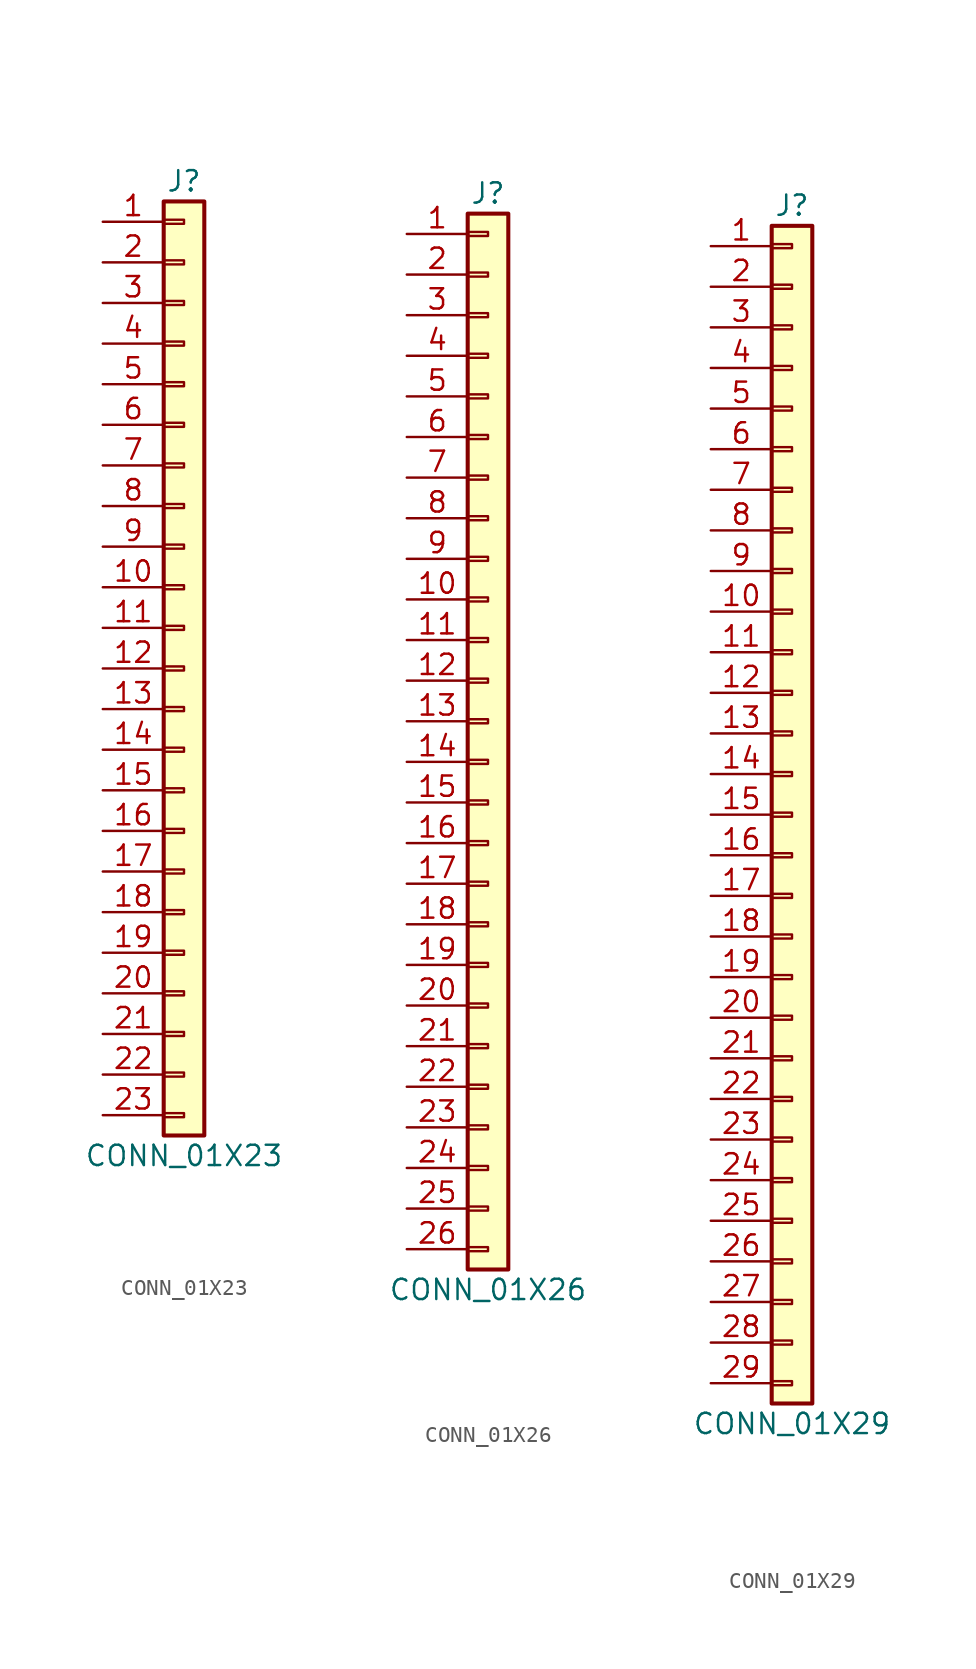
<source format=kicad_sym>
(kicad_symbol_lib
  (version 20211014)
  (generator kicad_symbol_editor)
  (symbol "CONN_01X23"
    (pin_names
      (offset 1.016) hide)
    (property "Reference" "J"
      (at 0 30.48 0)
      (effects (font (size 1.27 1.27))))
    (property "Value" "CONN_01X23"
      (at 0 -30.48 0)
      (effects (font (size 1.27 1.27))))
    (symbol "CONN_01X23_1_1"
      (rectangle (start -1.27 -27.813) (end 0 -28.067) (stroke (width 0.152) (type default) (color 0 0 0 0)) (fill (type none)))
      (rectangle (start -1.27 -25.273) (end 0 -25.527) (stroke (width 0.152) (type default) (color 0 0 0 0)) (fill (type none)))
      (rectangle (start -1.27 -22.733) (end 0 -22.987) (stroke (width 0.152) (type default) (color 0 0 0 0)) (fill (type none)))
      (rectangle (start -1.27 -20.193) (end 0 -20.447) (stroke (width 0.152) (type default) (color 0 0 0 0)) (fill (type none)))
      (rectangle (start -1.27 -17.653) (end 0 -17.907) (stroke (width 0.152) (type default) (color 0 0 0 0)) (fill (type none)))
      (rectangle (start -1.27 -15.113) (end 0 -15.367) (stroke (width 0.152) (type default) (color 0 0 0 0)) (fill (type none)))
      (rectangle (start -1.27 -12.573) (end 0 -12.827) (stroke (width 0.152) (type default) (color 0 0 0 0)) (fill (type none)))
      (rectangle (start -1.27 -10.033) (end 0 -10.287) (stroke (width 0.152) (type default) (color 0 0 0 0)) (fill (type none)))
      (rectangle (start -1.27 -7.493) (end 0 -7.747) (stroke (width 0.152) (type default) (color 0 0 0 0)) (fill (type none)))
      (rectangle (start -1.27 -4.953) (end 0 -5.207) (stroke (width 0.152) (type default) (color 0 0 0 0)) (fill (type none)))
      (rectangle (start -1.27 -2.413) (end 0 -2.667) (stroke (width 0.152) (type default) (color 0 0 0 0)) (fill (type none)))
      (rectangle (start -1.27 0.127) (end 0 -0.127) (stroke (width 0.152) (type default) (color 0 0 0 0)) (fill (type none)))
      (rectangle (start -1.27 2.667) (end 0 2.413) (stroke (width 0.152) (type default) (color 0 0 0 0)) (fill (type none)))
      (rectangle (start -1.27 5.207) (end 0 4.953) (stroke (width 0.152) (type default) (color 0 0 0 0)) (fill (type none)))
      (rectangle (start -1.27 7.747) (end 0 7.493) (stroke (width 0.152) (type default) (color 0 0 0 0)) (fill (type none)))
      (rectangle (start -1.27 10.287) (end 0 10.033) (stroke (width 0.152) (type default) (color 0 0 0 0)) (fill (type none)))
      (rectangle (start -1.27 12.827) (end 0 12.573) (stroke (width 0.152) (type default) (color 0 0 0 0)) (fill (type none)))
      (rectangle (start -1.27 15.367) (end 0 15.113) (stroke (width 0.152) (type default) (color 0 0 0 0)) (fill (type none)))
      (rectangle (start -1.27 17.907) (end 0 17.653) (stroke (width 0.152) (type default) (color 0 0 0 0)) (fill (type none)))
      (rectangle (start -1.27 20.447) (end 0 20.193) (stroke (width 0.152) (type default) (color 0 0 0 0)) (fill (type none)))
      (rectangle (start -1.27 22.987) (end 0 22.733) (stroke (width 0.152) (type default) (color 0 0 0 0)) (fill (type none)))
      (rectangle (start -1.27 25.527) (end 0 25.273) (stroke (width 0.152) (type default) (color 0 0 0 0)) (fill (type none)))
      (rectangle (start -1.27 28.067) (end 0 27.813) (stroke (width 0.152) (type default) (color 0 0 0 0)) (fill (type none)))
      (rectangle (start -1.27 29.21) (end 1.27 -29.21) (stroke (width 0.254) (type default) (color 0 0 0 0)) (fill (type background)))
      (pin passive line (at -5.08 27.94 0) (length 3.81) (name "Pin_1" (effects (font (size 1.27 1.27)))) (number "1" (effects (font (size 1.27 1.27)))))
      (pin passive line (at -5.08 5.08 0) (length 3.81) (name "Pin_10" (effects (font (size 1.27 1.27)))) (number "10" (effects (font (size 1.27 1.27)))))
      (pin passive line (at -5.08 2.54 0) (length 3.81) (name "Pin_11" (effects (font (size 1.27 1.27)))) (number "11" (effects (font (size 1.27 1.27)))))
      (pin passive line (at -5.08 0 0) (length 3.81) (name "Pin_12" (effects (font (size 1.27 1.27)))) (number "12" (effects (font (size 1.27 1.27)))))
      (pin passive line (at -5.08 -2.54 0) (length 3.81) (name "Pin_13" (effects (font (size 1.27 1.27)))) (number "13" (effects (font (size 1.27 1.27)))))
      (pin passive line (at -5.08 -5.08 0) (length 3.81) (name "Pin_14" (effects (font (size 1.27 1.27)))) (number "14" (effects (font (size 1.27 1.27)))))
      (pin passive line (at -5.08 -7.62 0) (length 3.81) (name "Pin_15" (effects (font (size 1.27 1.27)))) (number "15" (effects (font (size 1.27 1.27)))))
      (pin passive line (at -5.08 -10.16 0) (length 3.81) (name "Pin_16" (effects (font (size 1.27 1.27)))) (number "16" (effects (font (size 1.27 1.27)))))
      (pin passive line (at -5.08 -12.7 0) (length 3.81) (name "Pin_17" (effects (font (size 1.27 1.27)))) (number "17" (effects (font (size 1.27 1.27)))))
      (pin passive line (at -5.08 -15.24 0) (length 3.81) (name "Pin_18" (effects (font (size 1.27 1.27)))) (number "18" (effects (font (size 1.27 1.27)))))
      (pin passive line (at -5.08 -17.78 0) (length 3.81) (name "Pin_19" (effects (font (size 1.27 1.27)))) (number "19" (effects (font (size 1.27 1.27)))))
      (pin passive line (at -5.08 25.4 0) (length 3.81) (name "Pin_2" (effects (font (size 1.27 1.27)))) (number "2" (effects (font (size 1.27 1.27)))))
      (pin passive line (at -5.08 -20.32 0) (length 3.81) (name "Pin_20" (effects (font (size 1.27 1.27)))) (number "20" (effects (font (size 1.27 1.27)))))
      (pin passive line (at -5.08 -22.86 0) (length 3.81) (name "Pin_21" (effects (font (size 1.27 1.27)))) (number "21" (effects (font (size 1.27 1.27)))))
      (pin passive line (at -5.08 -25.4 0) (length 3.81) (name "Pin_22" (effects (font (size 1.27 1.27)))) (number "22" (effects (font (size 1.27 1.27)))))
      (pin passive line (at -5.08 -27.94 0) (length 3.81) (name "Pin_23" (effects (font (size 1.27 1.27)))) (number "23" (effects (font (size 1.27 1.27)))))
      (pin passive line (at -5.08 22.86 0) (length 3.81) (name "Pin_3" (effects (font (size 1.27 1.27)))) (number "3" (effects (font (size 1.27 1.27)))))
      (pin passive line (at -5.08 20.32 0) (length 3.81) (name "Pin_4" (effects (font (size 1.27 1.27)))) (number "4" (effects (font (size 1.27 1.27)))))
      (pin passive line (at -5.08 17.78 0) (length 3.81) (name "Pin_5" (effects (font (size 1.27 1.27)))) (number "5" (effects (font (size 1.27 1.27)))))
      (pin passive line (at -5.08 15.24 0) (length 3.81) (name "Pin_6" (effects (font (size 1.27 1.27)))) (number "6" (effects (font (size 1.27 1.27)))))
      (pin passive line (at -5.08 12.7 0) (length 3.81) (name "Pin_7" (effects (font (size 1.27 1.27)))) (number "7" (effects (font (size 1.27 1.27)))))
      (pin passive line (at -5.08 10.16 0) (length 3.81) (name "Pin_8" (effects (font (size 1.27 1.27)))) (number "8" (effects (font (size 1.27 1.27)))))
      (pin passive line (at -5.08 7.62 0) (length 3.81) (name "Pin_9" (effects (font (size 1.27 1.27)))) (number "9" (effects (font (size 1.27 1.27)))))))
  (symbol "CONN_01X26"
    (pin_names
      (offset 1.016) hide)
    (property "Reference" "J"
      (at 0 33.02 0)
      (effects (font (size 1.27 1.27))))
    (property "Value" "CONN_01X26"
      (at 0 -35.56 0)
      (effects (font (size 1.27 1.27))))
    (symbol "CONN_01X26_1_1"
      (rectangle (start -1.27 -32.893) (end 0 -33.147) (stroke (width 0.152) (type default) (color 0 0 0 0)) (fill (type none)))
      (rectangle (start -1.27 -30.353) (end 0 -30.607) (stroke (width 0.152) (type default) (color 0 0 0 0)) (fill (type none)))
      (rectangle (start -1.27 -27.813) (end 0 -28.067) (stroke (width 0.152) (type default) (color 0 0 0 0)) (fill (type none)))
      (rectangle (start -1.27 -25.273) (end 0 -25.527) (stroke (width 0.152) (type default) (color 0 0 0 0)) (fill (type none)))
      (rectangle (start -1.27 -22.733) (end 0 -22.987) (stroke (width 0.152) (type default) (color 0 0 0 0)) (fill (type none)))
      (rectangle (start -1.27 -20.193) (end 0 -20.447) (stroke (width 0.152) (type default) (color 0 0 0 0)) (fill (type none)))
      (rectangle (start -1.27 -17.653) (end 0 -17.907) (stroke (width 0.152) (type default) (color 0 0 0 0)) (fill (type none)))
      (rectangle (start -1.27 -15.113) (end 0 -15.367) (stroke (width 0.152) (type default) (color 0 0 0 0)) (fill (type none)))
      (rectangle (start -1.27 -12.573) (end 0 -12.827) (stroke (width 0.152) (type default) (color 0 0 0 0)) (fill (type none)))
      (rectangle (start -1.27 -10.033) (end 0 -10.287) (stroke (width 0.152) (type default) (color 0 0 0 0)) (fill (type none)))
      (rectangle (start -1.27 -7.493) (end 0 -7.747) (stroke (width 0.152) (type default) (color 0 0 0 0)) (fill (type none)))
      (rectangle (start -1.27 -4.953) (end 0 -5.207) (stroke (width 0.152) (type default) (color 0 0 0 0)) (fill (type none)))
      (rectangle (start -1.27 -2.413) (end 0 -2.667) (stroke (width 0.152) (type default) (color 0 0 0 0)) (fill (type none)))
      (rectangle (start -1.27 0.127) (end 0 -0.127) (stroke (width 0.152) (type default) (color 0 0 0 0)) (fill (type none)))
      (rectangle (start -1.27 2.667) (end 0 2.413) (stroke (width 0.152) (type default) (color 0 0 0 0)) (fill (type none)))
      (rectangle (start -1.27 5.207) (end 0 4.953) (stroke (width 0.152) (type default) (color 0 0 0 0)) (fill (type none)))
      (rectangle (start -1.27 7.747) (end 0 7.493) (stroke (width 0.152) (type default) (color 0 0 0 0)) (fill (type none)))
      (rectangle (start -1.27 10.287) (end 0 10.033) (stroke (width 0.152) (type default) (color 0 0 0 0)) (fill (type none)))
      (rectangle (start -1.27 12.827) (end 0 12.573) (stroke (width 0.152) (type default) (color 0 0 0 0)) (fill (type none)))
      (rectangle (start -1.27 15.367) (end 0 15.113) (stroke (width 0.152) (type default) (color 0 0 0 0)) (fill (type none)))
      (rectangle (start -1.27 17.907) (end 0 17.653) (stroke (width 0.152) (type default) (color 0 0 0 0)) (fill (type none)))
      (rectangle (start -1.27 20.447) (end 0 20.193) (stroke (width 0.152) (type default) (color 0 0 0 0)) (fill (type none)))
      (rectangle (start -1.27 22.987) (end 0 22.733) (stroke (width 0.152) (type default) (color 0 0 0 0)) (fill (type none)))
      (rectangle (start -1.27 25.527) (end 0 25.273) (stroke (width 0.152) (type default) (color 0 0 0 0)) (fill (type none)))
      (rectangle (start -1.27 28.067) (end 0 27.813) (stroke (width 0.152) (type default) (color 0 0 0 0)) (fill (type none)))
      (rectangle (start -1.27 30.607) (end 0 30.353) (stroke (width 0.152) (type default) (color 0 0 0 0)) (fill (type none)))
      (rectangle (start -1.27 31.75) (end 1.27 -34.29) (stroke (width 0.254) (type default) (color 0 0 0 0)) (fill (type background)))
      (pin passive line (at -5.08 30.48 0) (length 3.81) (name "Pin_1" (effects (font (size 1.27 1.27)))) (number "1" (effects (font (size 1.27 1.27)))))
      (pin passive line (at -5.08 7.62 0) (length 3.81) (name "Pin_10" (effects (font (size 1.27 1.27)))) (number "10" (effects (font (size 1.27 1.27)))))
      (pin passive line (at -5.08 5.08 0) (length 3.81) (name "Pin_11" (effects (font (size 1.27 1.27)))) (number "11" (effects (font (size 1.27 1.27)))))
      (pin passive line (at -5.08 2.54 0) (length 3.81) (name "Pin_12" (effects (font (size 1.27 1.27)))) (number "12" (effects (font (size 1.27 1.27)))))
      (pin passive line (at -5.08 0 0) (length 3.81) (name "Pin_13" (effects (font (size 1.27 1.27)))) (number "13" (effects (font (size 1.27 1.27)))))
      (pin passive line (at -5.08 -2.54 0) (length 3.81) (name "Pin_14" (effects (font (size 1.27 1.27)))) (number "14" (effects (font (size 1.27 1.27)))))
      (pin passive line (at -5.08 -5.08 0) (length 3.81) (name "Pin_15" (effects (font (size 1.27 1.27)))) (number "15" (effects (font (size 1.27 1.27)))))
      (pin passive line (at -5.08 -7.62 0) (length 3.81) (name "Pin_16" (effects (font (size 1.27 1.27)))) (number "16" (effects (font (size 1.27 1.27)))))
      (pin passive line (at -5.08 -10.16 0) (length 3.81) (name "Pin_17" (effects (font (size 1.27 1.27)))) (number "17" (effects (font (size 1.27 1.27)))))
      (pin passive line (at -5.08 -12.7 0) (length 3.81) (name "Pin_18" (effects (font (size 1.27 1.27)))) (number "18" (effects (font (size 1.27 1.27)))))
      (pin passive line (at -5.08 -15.24 0) (length 3.81) (name "Pin_19" (effects (font (size 1.27 1.27)))) (number "19" (effects (font (size 1.27 1.27)))))
      (pin passive line (at -5.08 27.94 0) (length 3.81) (name "Pin_2" (effects (font (size 1.27 1.27)))) (number "2" (effects (font (size 1.27 1.27)))))
      (pin passive line (at -5.08 -17.78 0) (length 3.81) (name "Pin_20" (effects (font (size 1.27 1.27)))) (number "20" (effects (font (size 1.27 1.27)))))
      (pin passive line (at -5.08 -20.32 0) (length 3.81) (name "Pin_21" (effects (font (size 1.27 1.27)))) (number "21" (effects (font (size 1.27 1.27)))))
      (pin passive line (at -5.08 -22.86 0) (length 3.81) (name "Pin_22" (effects (font (size 1.27 1.27)))) (number "22" (effects (font (size 1.27 1.27)))))
      (pin passive line (at -5.08 -25.4 0) (length 3.81) (name "Pin_23" (effects (font (size 1.27 1.27)))) (number "23" (effects (font (size 1.27 1.27)))))
      (pin passive line (at -5.08 -27.94 0) (length 3.81) (name "Pin_24" (effects (font (size 1.27 1.27)))) (number "24" (effects (font (size 1.27 1.27)))))
      (pin passive line (at -5.08 -30.48 0) (length 3.81) (name "Pin_25" (effects (font (size 1.27 1.27)))) (number "25" (effects (font (size 1.27 1.27)))))
      (pin passive line (at -5.08 -33.02 0) (length 3.81) (name "Pin_26" (effects (font (size 1.27 1.27)))) (number "26" (effects (font (size 1.27 1.27)))))
      (pin passive line (at -5.08 25.4 0) (length 3.81) (name "Pin_3" (effects (font (size 1.27 1.27)))) (number "3" (effects (font (size 1.27 1.27)))))
      (pin passive line (at -5.08 22.86 0) (length 3.81) (name "Pin_4" (effects (font (size 1.27 1.27)))) (number "4" (effects (font (size 1.27 1.27)))))
      (pin passive line (at -5.08 20.32 0) (length 3.81) (name "Pin_5" (effects (font (size 1.27 1.27)))) (number "5" (effects (font (size 1.27 1.27)))))
      (pin passive line (at -5.08 17.78 0) (length 3.81) (name "Pin_6" (effects (font (size 1.27 1.27)))) (number "6" (effects (font (size 1.27 1.27)))))
      (pin passive line (at -5.08 15.24 0) (length 3.81) (name "Pin_7" (effects (font (size 1.27 1.27)))) (number "7" (effects (font (size 1.27 1.27)))))
      (pin passive line (at -5.08 12.7 0) (length 3.81) (name "Pin_8" (effects (font (size 1.27 1.27)))) (number "8" (effects (font (size 1.27 1.27)))))
      (pin passive line (at -5.08 10.16 0) (length 3.81) (name "Pin_9" (effects (font (size 1.27 1.27)))) (number "9" (effects (font (size 1.27 1.27)))))))
  (symbol "CONN_01X29"
    (pin_names
      (offset 1.016) hide)
    (property "Reference" "J"
      (at 0 38.1 0)
      (effects (font (size 1.27 1.27))))
    (property "Value" "CONN_01X29"
      (at 0 -38.1 0)
      (effects (font (size 1.27 1.27))))
    (symbol "CONN_01X29_1_1"
      (rectangle (start -1.27 -35.433) (end 0 -35.687) (stroke (width 0.152) (type default) (color 0 0 0 0)) (fill (type none)))
      (rectangle (start -1.27 -32.893) (end 0 -33.147) (stroke (width 0.152) (type default) (color 0 0 0 0)) (fill (type none)))
      (rectangle (start -1.27 -30.353) (end 0 -30.607) (stroke (width 0.152) (type default) (color 0 0 0 0)) (fill (type none)))
      (rectangle (start -1.27 -27.813) (end 0 -28.067) (stroke (width 0.152) (type default) (color 0 0 0 0)) (fill (type none)))
      (rectangle (start -1.27 -25.273) (end 0 -25.527) (stroke (width 0.152) (type default) (color 0 0 0 0)) (fill (type none)))
      (rectangle (start -1.27 -22.733) (end 0 -22.987) (stroke (width 0.152) (type default) (color 0 0 0 0)) (fill (type none)))
      (rectangle (start -1.27 -20.193) (end 0 -20.447) (stroke (width 0.152) (type default) (color 0 0 0 0)) (fill (type none)))
      (rectangle (start -1.27 -17.653) (end 0 -17.907) (stroke (width 0.152) (type default) (color 0 0 0 0)) (fill (type none)))
      (rectangle (start -1.27 -15.113) (end 0 -15.367) (stroke (width 0.152) (type default) (color 0 0 0 0)) (fill (type none)))
      (rectangle (start -1.27 -12.573) (end 0 -12.827) (stroke (width 0.152) (type default) (color 0 0 0 0)) (fill (type none)))
      (rectangle (start -1.27 -10.033) (end 0 -10.287) (stroke (width 0.152) (type default) (color 0 0 0 0)) (fill (type none)))
      (rectangle (start -1.27 -7.493) (end 0 -7.747) (stroke (width 0.152) (type default) (color 0 0 0 0)) (fill (type none)))
      (rectangle (start -1.27 -4.953) (end 0 -5.207) (stroke (width 0.152) (type default) (color 0 0 0 0)) (fill (type none)))
      (rectangle (start -1.27 -2.413) (end 0 -2.667) (stroke (width 0.152) (type default) (color 0 0 0 0)) (fill (type none)))
      (rectangle (start -1.27 0.127) (end 0 -0.127) (stroke (width 0.152) (type default) (color 0 0 0 0)) (fill (type none)))
      (rectangle (start -1.27 2.667) (end 0 2.413) (stroke (width 0.152) (type default) (color 0 0 0 0)) (fill (type none)))
      (rectangle (start -1.27 5.207) (end 0 4.953) (stroke (width 0.152) (type default) (color 0 0 0 0)) (fill (type none)))
      (rectangle (start -1.27 7.747) (end 0 7.493) (stroke (width 0.152) (type default) (color 0 0 0 0)) (fill (type none)))
      (rectangle (start -1.27 10.287) (end 0 10.033) (stroke (width 0.152) (type default) (color 0 0 0 0)) (fill (type none)))
      (rectangle (start -1.27 12.827) (end 0 12.573) (stroke (width 0.152) (type default) (color 0 0 0 0)) (fill (type none)))
      (rectangle (start -1.27 15.367) (end 0 15.113) (stroke (width 0.152) (type default) (color 0 0 0 0)) (fill (type none)))
      (rectangle (start -1.27 17.907) (end 0 17.653) (stroke (width 0.152) (type default) (color 0 0 0 0)) (fill (type none)))
      (rectangle (start -1.27 20.447) (end 0 20.193) (stroke (width 0.152) (type default) (color 0 0 0 0)) (fill (type none)))
      (rectangle (start -1.27 22.987) (end 0 22.733) (stroke (width 0.152) (type default) (color 0 0 0 0)) (fill (type none)))
      (rectangle (start -1.27 25.527) (end 0 25.273) (stroke (width 0.152) (type default) (color 0 0 0 0)) (fill (type none)))
      (rectangle (start -1.27 28.067) (end 0 27.813) (stroke (width 0.152) (type default) (color 0 0 0 0)) (fill (type none)))
      (rectangle (start -1.27 30.607) (end 0 30.353) (stroke (width 0.152) (type default) (color 0 0 0 0)) (fill (type none)))
      (rectangle (start -1.27 33.147) (end 0 32.893) (stroke (width 0.152) (type default) (color 0 0 0 0)) (fill (type none)))
      (rectangle (start -1.27 35.687) (end 0 35.433) (stroke (width 0.152) (type default) (color 0 0 0 0)) (fill (type none)))
      (rectangle (start -1.27 36.83) (end 1.27 -36.83) (stroke (width 0.254) (type default) (color 0 0 0 0)) (fill (type background)))
      (pin passive line (at -5.08 35.56 0) (length 3.81) (name "Pin_1" (effects (font (size 1.27 1.27)))) (number "1" (effects (font (size 1.27 1.27)))))
      (pin passive line (at -5.08 12.7 0) (length 3.81) (name "Pin_10" (effects (font (size 1.27 1.27)))) (number "10" (effects (font (size 1.27 1.27)))))
      (pin passive line (at -5.08 10.16 0) (length 3.81) (name "Pin_11" (effects (font (size 1.27 1.27)))) (number "11" (effects (font (size 1.27 1.27)))))
      (pin passive line (at -5.08 7.62 0) (length 3.81) (name "Pin_12" (effects (font (size 1.27 1.27)))) (number "12" (effects (font (size 1.27 1.27)))))
      (pin passive line (at -5.08 5.08 0) (length 3.81) (name "Pin_13" (effects (font (size 1.27 1.27)))) (number "13" (effects (font (size 1.27 1.27)))))
      (pin passive line (at -5.08 2.54 0) (length 3.81) (name "Pin_14" (effects (font (size 1.27 1.27)))) (number "14" (effects (font (size 1.27 1.27)))))
      (pin passive line (at -5.08 0 0) (length 3.81) (name "Pin_15" (effects (font (size 1.27 1.27)))) (number "15" (effects (font (size 1.27 1.27)))))
      (pin passive line (at -5.08 -2.54 0) (length 3.81) (name "Pin_16" (effects (font (size 1.27 1.27)))) (number "16" (effects (font (size 1.27 1.27)))))
      (pin passive line (at -5.08 -5.08 0) (length 3.81) (name "Pin_17" (effects (font (size 1.27 1.27)))) (number "17" (effects (font (size 1.27 1.27)))))
      (pin passive line (at -5.08 -7.62 0) (length 3.81) (name "Pin_18" (effects (font (size 1.27 1.27)))) (number "18" (effects (font (size 1.27 1.27)))))
      (pin passive line (at -5.08 -10.16 0) (length 3.81) (name "Pin_19" (effects (font (size 1.27 1.27)))) (number "19" (effects (font (size 1.27 1.27)))))
      (pin passive line (at -5.08 33.02 0) (length 3.81) (name "Pin_2" (effects (font (size 1.27 1.27)))) (number "2" (effects (font (size 1.27 1.27)))))
      (pin passive line (at -5.08 -12.7 0) (length 3.81) (name "Pin_20" (effects (font (size 1.27 1.27)))) (number "20" (effects (font (size 1.27 1.27)))))
      (pin passive line (at -5.08 -15.24 0) (length 3.81) (name "Pin_21" (effects (font (size 1.27 1.27)))) (number "21" (effects (font (size 1.27 1.27)))))
      (pin passive line (at -5.08 -17.78 0) (length 3.81) (name "Pin_22" (effects (font (size 1.27 1.27)))) (number "22" (effects (font (size 1.27 1.27)))))
      (pin passive line (at -5.08 -20.32 0) (length 3.81) (name "Pin_23" (effects (font (size 1.27 1.27)))) (number "23" (effects (font (size 1.27 1.27)))))
      (pin passive line (at -5.08 -22.86 0) (length 3.81) (name "Pin_24" (effects (font (size 1.27 1.27)))) (number "24" (effects (font (size 1.27 1.27)))))
      (pin passive line (at -5.08 -25.4 0) (length 3.81) (name "Pin_25" (effects (font (size 1.27 1.27)))) (number "25" (effects (font (size 1.27 1.27)))))
      (pin passive line (at -5.08 -27.94 0) (length 3.81) (name "Pin_26" (effects (font (size 1.27 1.27)))) (number "26" (effects (font (size 1.27 1.27)))))
      (pin passive line (at -5.08 -30.48 0) (length 3.81) (name "Pin_27" (effects (font (size 1.27 1.27)))) (number "27" (effects (font (size 1.27 1.27)))))
      (pin passive line (at -5.08 -33.02 0) (length 3.81) (name "Pin_28" (effects (font (size 1.27 1.27)))) (number "28" (effects (font (size 1.27 1.27)))))
      (pin passive line (at -5.08 -35.56 0) (length 3.81) (name "Pin_29" (effects (font (size 1.27 1.27)))) (number "29" (effects (font (size 1.27 1.27)))))
      (pin passive line (at -5.08 30.48 0) (length 3.81) (name "Pin_3" (effects (font (size 1.27 1.27)))) (number "3" (effects (font (size 1.27 1.27)))))
      (pin passive line (at -5.08 27.94 0) (length 3.81) (name "Pin_4" (effects (font (size 1.27 1.27)))) (number "4" (effects (font (size 1.27 1.27)))))
      (pin passive line (at -5.08 25.4 0) (length 3.81) (name "Pin_5" (effects (font (size 1.27 1.27)))) (number "5" (effects (font (size 1.27 1.27)))))
      (pin passive line (at -5.08 22.86 0) (length 3.81) (name "Pin_6" (effects (font (size 1.27 1.27)))) (number "6" (effects (font (size 1.27 1.27)))))
      (pin passive line (at -5.08 20.32 0) (length 3.81) (name "Pin_7" (effects (font (size 1.27 1.27)))) (number "7" (effects (font (size 1.27 1.27)))))
      (pin passive line (at -5.08 17.78 0) (length 3.81) (name "Pin_8" (effects (font (size 1.27 1.27)))) (number "8" (effects (font (size 1.27 1.27)))))
      (pin passive line (at -5.08 15.24 0) (length 3.81) (name "Pin_9" (effects (font (size 1.27 1.27)))) (number "9" (effects (font (size 1.27 1.27))))))))
</source>
